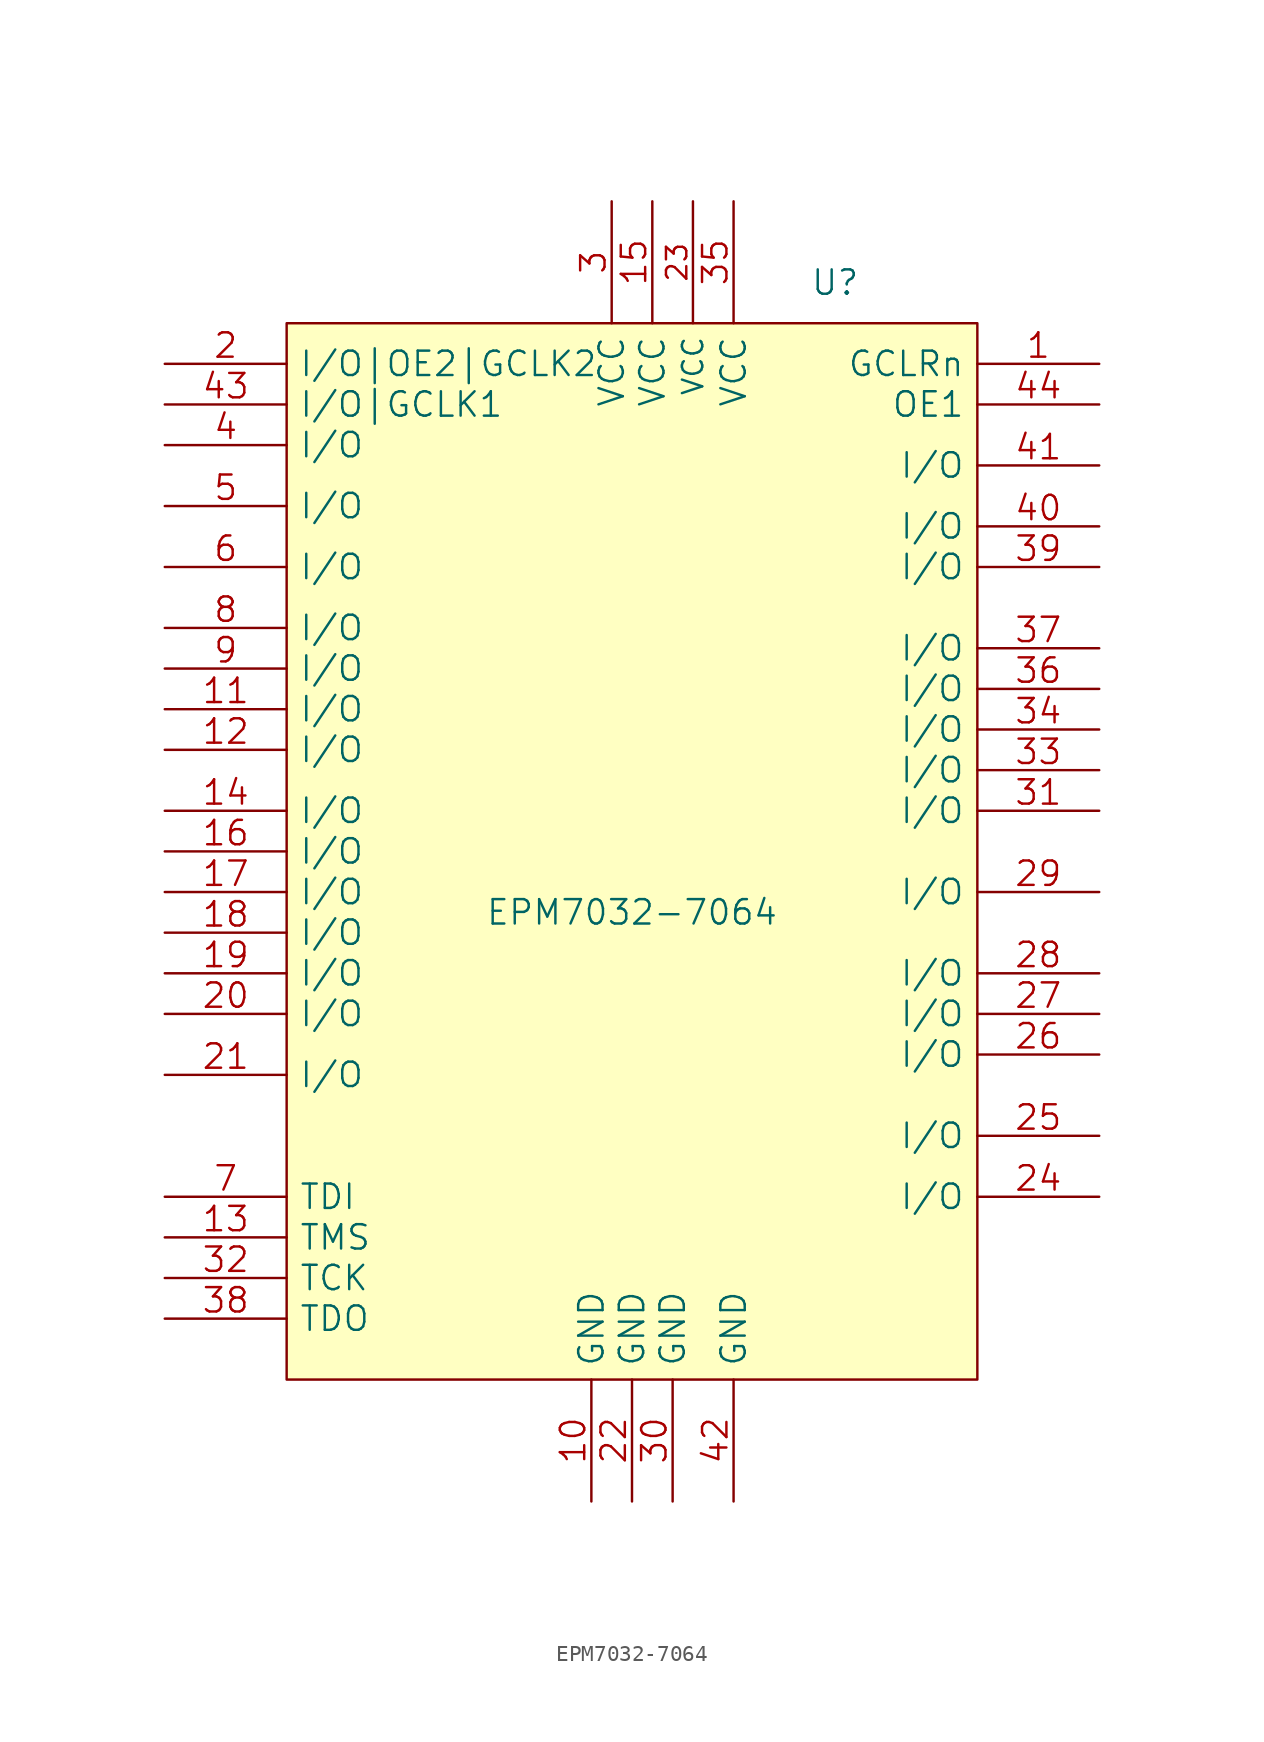
<source format=kicad_sym>
(kicad_symbol_lib
  (version 20211014)
  (generator kicad_symbol_editor)
  (symbol "EPM7032-7064"
    (pin_names
      (offset 0.762))
    (property "Reference" "U"
      (at 12.7 35.56 0)
      (effects (font (size 1.524 1.524))))
    (property "Value" "EPM7032-7064"
      (at 0 -3.81 0)
      (effects (font (size 1.524 1.524))))
    (property "Footprint" ""
      (at 0 0 0)
      (effects (font (size 1.524 1.524))))
    (property "Datasheet" ""
      (at 0 0 0)
      (effects (font (size 1.524 1.524))))
    (symbol "EPM7032-7064_0_1"
      (rectangle (start -21.59 33.02) (end 21.59 -33.02) (stroke (width 0) (type default) (color 0 0 0 0)) (fill (type background))))
    (symbol "EPM7032-7064_1_1"
      (pin bidirectional line (at 29.21 30.48 180) (length 7.62) (name "GCLRn" (effects (font (size 1.524 1.524)))) (number "1" (effects (font (size 1.524 1.524)))))
      (pin power_in line (at -2.54 -40.64 90) (length 7.62) (name "GND" (effects (font (size 1.524 1.524)))) (number "10" (effects (font (size 1.524 1.524)))))
      (pin bidirectional line (at -29.21 8.89 0) (length 7.62) (name "I/O" (effects (font (size 1.524 1.524)))) (number "11" (effects (font (size 1.524 1.524)))))
      (pin bidirectional line (at -29.21 6.35 0) (length 7.62) (name "I/O" (effects (font (size 1.524 1.524)))) (number "12" (effects (font (size 1.524 1.524)))))
      (pin input line (at -29.21 -24.13 0) (length 7.62) (name "TMS" (effects (font (size 1.524 1.524)))) (number "13" (effects (font (size 1.524 1.524)))))
      (pin bidirectional line (at -29.21 2.54 0) (length 7.62) (name "I/O" (effects (font (size 1.524 1.524)))) (number "14" (effects (font (size 1.524 1.524)))))
      (pin power_in line (at 1.27 40.64 270) (length 7.62) (name "VCC" (effects (font (size 1.524 1.524)))) (number "15" (effects (font (size 1.524 1.524)))))
      (pin bidirectional line (at -29.21 0 0) (length 7.62) (name "I/O" (effects (font (size 1.524 1.524)))) (number "16" (effects (font (size 1.524 1.524)))))
      (pin bidirectional line (at -29.21 -2.54 0) (length 7.62) (name "I/O" (effects (font (size 1.524 1.524)))) (number "17" (effects (font (size 1.524 1.524)))))
      (pin bidirectional line (at -29.21 -5.08 0) (length 7.62) (name "I/O" (effects (font (size 1.524 1.524)))) (number "18" (effects (font (size 1.524 1.524)))))
      (pin bidirectional line (at -29.21 -7.62 0) (length 7.62) (name "I/O" (effects (font (size 1.524 1.524)))) (number "19" (effects (font (size 1.524 1.524)))))
      (pin bidirectional line (at -29.21 30.48 0) (length 7.62) (name "I/O|OE2|GCLK2" (effects (font (size 1.524 1.524)))) (number "2" (effects (font (size 1.524 1.524)))))
      (pin bidirectional line (at -29.21 -10.16 0) (length 7.62) (name "I/O" (effects (font (size 1.524 1.524)))) (number "20" (effects (font (size 1.524 1.524)))))
      (pin bidirectional line (at -29.21 -13.97 0) (length 7.62) (name "I/O" (effects (font (size 1.524 1.524)))) (number "21" (effects (font (size 1.524 1.524)))))
      (pin power_in line (at 0 -40.64 90) (length 7.62) (name "GND" (effects (font (size 1.524 1.524)))) (number "22" (effects (font (size 1.524 1.524)))))
      (pin power_in line (at 3.81 40.64 270) (length 7.62) (name "VCC" (effects (font (size 1.27 1.27)))) (number "23" (effects (font (size 1.27 1.27)))))
      (pin bidirectional line (at 29.21 -21.59 180) (length 7.62) (name "I/O" (effects (font (size 1.524 1.524)))) (number "24" (effects (font (size 1.524 1.524)))))
      (pin bidirectional line (at 29.21 -17.78 180) (length 7.62) (name "I/O" (effects (font (size 1.524 1.524)))) (number "25" (effects (font (size 1.524 1.524)))))
      (pin bidirectional line (at 29.21 -12.7 180) (length 7.62) (name "I/O" (effects (font (size 1.524 1.524)))) (number "26" (effects (font (size 1.524 1.524)))))
      (pin bidirectional line (at 29.21 -10.16 180) (length 7.62) (name "I/O" (effects (font (size 1.524 1.524)))) (number "27" (effects (font (size 1.524 1.524)))))
      (pin bidirectional line (at 29.21 -7.62 180) (length 7.62) (name "I/O" (effects (font (size 1.524 1.524)))) (number "28" (effects (font (size 1.524 1.524)))))
      (pin bidirectional line (at 29.21 -2.54 180) (length 7.62) (name "I/O" (effects (font (size 1.524 1.524)))) (number "29" (effects (font (size 1.524 1.524)))))
      (pin power_in line (at -1.27 40.64 270) (length 7.62) (name "VCC" (effects (font (size 1.524 1.524)))) (number "3" (effects (font (size 1.524 1.524)))))
      (pin power_in line (at 2.54 -40.64 90) (length 7.62) (name "GND" (effects (font (size 1.524 1.524)))) (number "30" (effects (font (size 1.524 1.524)))))
      (pin bidirectional line (at 29.21 2.54 180) (length 7.62) (name "I/O" (effects (font (size 1.524 1.524)))) (number "31" (effects (font (size 1.524 1.524)))))
      (pin input line (at -29.21 -26.67 0) (length 7.62) (name "TCK" (effects (font (size 1.524 1.524)))) (number "32" (effects (font (size 1.524 1.524)))))
      (pin bidirectional line (at 29.21 5.08 180) (length 7.62) (name "I/O" (effects (font (size 1.524 1.524)))) (number "33" (effects (font (size 1.524 1.524)))))
      (pin bidirectional line (at 29.21 7.62 180) (length 7.62) (name "I/O" (effects (font (size 1.524 1.524)))) (number "34" (effects (font (size 1.524 1.524)))))
      (pin power_in line (at 6.35 40.64 270) (length 7.62) (name "VCC" (effects (font (size 1.524 1.524)))) (number "35" (effects (font (size 1.524 1.524)))))
      (pin bidirectional line (at 29.21 10.16 180) (length 7.62) (name "I/O" (effects (font (size 1.524 1.524)))) (number "36" (effects (font (size 1.524 1.524)))))
      (pin bidirectional line (at 29.21 12.7 180) (length 7.62) (name "I/O" (effects (font (size 1.524 1.524)))) (number "37" (effects (font (size 1.524 1.524)))))
      (pin bidirectional line (at -29.21 -29.21 0) (length 7.62) (name "TDO" (effects (font (size 1.524 1.524)))) (number "38" (effects (font (size 1.524 1.524)))))
      (pin bidirectional line (at 29.21 17.78 180) (length 7.62) (name "I/O" (effects (font (size 1.524 1.524)))) (number "39" (effects (font (size 1.524 1.524)))))
      (pin bidirectional line (at -29.21 25.4 0) (length 7.62) (name "I/O" (effects (font (size 1.524 1.524)))) (number "4" (effects (font (size 1.524 1.524)))))
      (pin bidirectional line (at 29.21 20.32 180) (length 7.62) (name "I/O" (effects (font (size 1.524 1.524)))) (number "40" (effects (font (size 1.524 1.524)))))
      (pin bidirectional line (at 29.21 24.13 180) (length 7.62) (name "I/O" (effects (font (size 1.524 1.524)))) (number "41" (effects (font (size 1.524 1.524)))))
      (pin power_in line (at 6.35 -40.64 90) (length 7.62) (name "GND" (effects (font (size 1.524 1.524)))) (number "42" (effects (font (size 1.524 1.524)))))
      (pin bidirectional line (at -29.21 27.94 0) (length 7.62) (name "I/O|GCLK1" (effects (font (size 1.524 1.524)))) (number "43" (effects (font (size 1.524 1.524)))))
      (pin bidirectional line (at 29.21 27.94 180) (length 7.62) (name "OE1" (effects (font (size 1.524 1.524)))) (number "44" (effects (font (size 1.524 1.524)))))
      (pin bidirectional line (at -29.21 21.59 0) (length 7.62) (name "I/O" (effects (font (size 1.524 1.524)))) (number "5" (effects (font (size 1.524 1.524)))))
      (pin bidirectional line (at -29.21 17.78 0) (length 7.62) (name "I/O" (effects (font (size 1.524 1.524)))) (number "6" (effects (font (size 1.524 1.524)))))
      (pin input line (at -29.21 -21.59 0) (length 7.62) (name "TDI" (effects (font (size 1.524 1.524)))) (number "7" (effects (font (size 1.524 1.524)))))
      (pin bidirectional line (at -29.21 13.97 0) (length 7.62) (name "I/O" (effects (font (size 1.524 1.524)))) (number "8" (effects (font (size 1.524 1.524)))))
      (pin bidirectional line (at -29.21 11.43 0) (length 7.62) (name "I/O" (effects (font (size 1.524 1.524)))) (number "9" (effects (font (size 1.524 1.524))))))))
</source>
